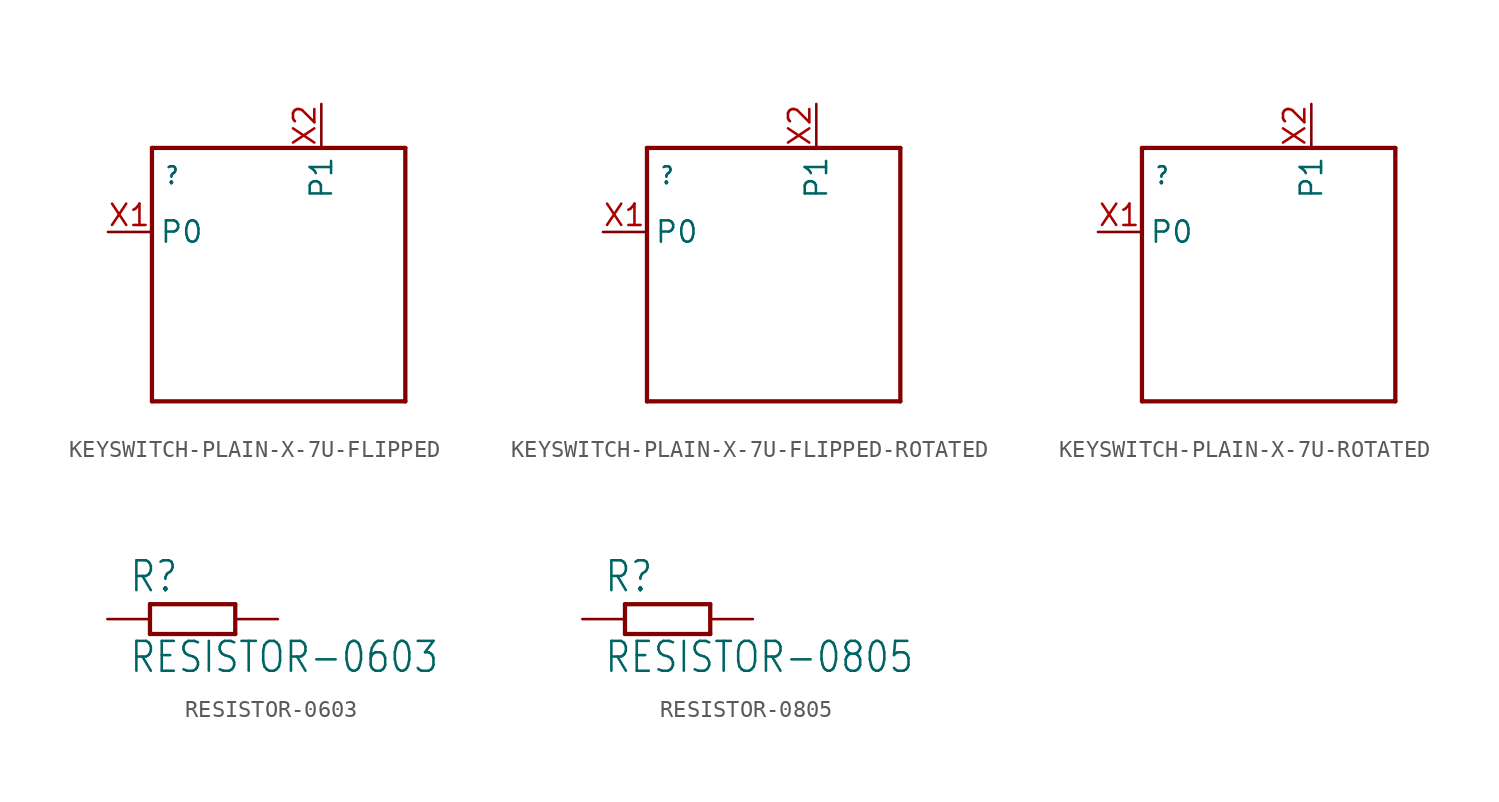
<source format=kicad_sym>
(kicad_symbol_lib
  (version 20211014)
  (generator kicad_symbol_editor)
  (symbol "KEYSWITCH-PLAIN-X-7U-FLIPPED"
    (property "Reference" ""
      (at -6.81 5.318 0)
      (effects (font (size 1 0.85)) (justify left bottom)))
    (property "ki_locked" ""
      (at 0 0 0)
      (effects (font (size 1.27 1.27))))
    (symbol "KEYSWITCH-PLAIN-X-7U-FLIPPED_1_0"
      (polyline (pts (xy -7.54 -7.54) (xy -7.54 7.54)) (stroke (width 0.254) (type default) (color 0 0 0 0)) (fill (type none)))
      (polyline (pts (xy -7.54 7.54) (xy 7.54 7.54)) (stroke (width 0.254) (type default) (color 0 0 0 0)) (fill (type none)))
      (polyline (pts (xy 7.54 -7.54) (xy -7.54 -7.54)) (stroke (width 0.254) (type default) (color 0 0 0 0)) (fill (type none)))
      (polyline (pts (xy 7.54 7.54) (xy 7.54 -7.54)) (stroke (width 0.254) (type default) (color 0 0 0 0)) (fill (type none)))
      (pin bidirectional line (at -10.16 2.54 0) (length 2.54) (name "P0" (effects (font (size 1.27 1.27)))) (number "X1" (effects (font (size 1.27 1.27)))))
      (pin bidirectional line (at 2.54 10.16 270) (length 2.54) (name "P1" (effects (font (size 1.27 1.27)))) (number "X2" (effects (font (size 1.27 1.27)))))))
  (symbol "KEYSWITCH-PLAIN-X-7U-FLIPPED-ROTATED"
    (property "Reference" ""
      (at -6.81 5.318 0)
      (effects (font (size 1 0.85)) (justify left bottom)))
    (property "ki_locked" ""
      (at 0 0 0)
      (effects (font (size 1.27 1.27))))
    (symbol "KEYSWITCH-PLAIN-X-7U-FLIPPED-ROTATED_1_0"
      (polyline (pts (xy -7.54 -7.54) (xy -7.54 7.54)) (stroke (width 0.254) (type default) (color 0 0 0 0)) (fill (type none)))
      (polyline (pts (xy -7.54 7.54) (xy 7.54 7.54)) (stroke (width 0.254) (type default) (color 0 0 0 0)) (fill (type none)))
      (polyline (pts (xy 7.54 -7.54) (xy -7.54 -7.54)) (stroke (width 0.254) (type default) (color 0 0 0 0)) (fill (type none)))
      (polyline (pts (xy 7.54 7.54) (xy 7.54 -7.54)) (stroke (width 0.254) (type default) (color 0 0 0 0)) (fill (type none)))
      (pin bidirectional line (at -10.16 2.54 0) (length 2.54) (name "P0" (effects (font (size 1.27 1.27)))) (number "X1" (effects (font (size 1.27 1.27)))))
      (pin bidirectional line (at 2.54 10.16 270) (length 2.54) (name "P1" (effects (font (size 1.27 1.27)))) (number "X2" (effects (font (size 1.27 1.27)))))))
  (symbol "KEYSWITCH-PLAIN-X-7U-ROTATED"
    (property "Reference" ""
      (at -6.81 5.318 0)
      (effects (font (size 1 0.85)) (justify left bottom)))
    (property "ki_locked" ""
      (at 0 0 0)
      (effects (font (size 1.27 1.27))))
    (symbol "KEYSWITCH-PLAIN-X-7U-ROTATED_1_0"
      (polyline (pts (xy -7.54 -7.54) (xy -7.54 7.54)) (stroke (width 0.254) (type default) (color 0 0 0 0)) (fill (type none)))
      (polyline (pts (xy -7.54 7.54) (xy 7.54 7.54)) (stroke (width 0.254) (type default) (color 0 0 0 0)) (fill (type none)))
      (polyline (pts (xy 7.54 -7.54) (xy -7.54 -7.54)) (stroke (width 0.254) (type default) (color 0 0 0 0)) (fill (type none)))
      (polyline (pts (xy 7.54 7.54) (xy 7.54 -7.54)) (stroke (width 0.254) (type default) (color 0 0 0 0)) (fill (type none)))
      (pin bidirectional line (at -10.16 2.54 0) (length 2.54) (name "P0" (effects (font (size 1.27 1.27)))) (number "X1" (effects (font (size 1.27 1.27)))))
      (pin bidirectional line (at 2.54 10.16 270) (length 2.54) (name "P1" (effects (font (size 1.27 1.27)))) (number "X2" (effects (font (size 1.27 1.27)))))))
  (symbol "RESISTOR-0603"
    (property "Reference" "R"
      (at -3.81 1.499 0)
      (effects (font (size 1.778 1.511)) (justify left bottom)))
    (property "Value" "RESISTOR-0603"
      (at -3.81 -3.302 0)
      (effects (font (size 1.778 1.511)) (justify left bottom)))
    (property "ki_locked" ""
      (at 0 0 0)
      (effects (font (size 1.27 1.27))))
    (symbol "RESISTOR-0603_1_0"
      (polyline (pts (xy -2.54 -0.889) (xy -2.54 0.889)) (stroke (width 0.254) (type default) (color 0 0 0 0)) (fill (type none)))
      (polyline (pts (xy -2.54 -0.889) (xy 2.54 -0.889)) (stroke (width 0.254) (type default) (color 0 0 0 0)) (fill (type none)))
      (polyline (pts (xy 2.54 -0.889) (xy 2.54 0.889)) (stroke (width 0.254) (type default) (color 0 0 0 0)) (fill (type none)))
      (polyline (pts (xy 2.54 0.889) (xy -2.54 0.889)) (stroke (width 0.254) (type default) (color 0 0 0 0)) (fill (type none)))
      (pin passive line (at -5.08 0 0) (length 2.54) (name "1" (effects (font (size 0 0)))) (number "1" (effects (font (size 0 0)))))
      (pin passive line (at 5.08 0 180) (length 2.54) (name "2" (effects (font (size 0 0)))) (number "2" (effects (font (size 0 0)))))))
  (symbol "RESISTOR-0805"
    (property "Reference" "R"
      (at -3.81 1.499 0)
      (effects (font (size 1.778 1.511)) (justify left bottom)))
    (property "Value" "RESISTOR-0805"
      (at -3.81 -3.302 0)
      (effects (font (size 1.778 1.511)) (justify left bottom)))
    (property "ki_locked" ""
      (at 0 0 0)
      (effects (font (size 1.27 1.27))))
    (symbol "RESISTOR-0805_1_0"
      (polyline (pts (xy -2.54 -0.889) (xy -2.54 0.889)) (stroke (width 0.254) (type default) (color 0 0 0 0)) (fill (type none)))
      (polyline (pts (xy -2.54 -0.889) (xy 2.54 -0.889)) (stroke (width 0.254) (type default) (color 0 0 0 0)) (fill (type none)))
      (polyline (pts (xy 2.54 -0.889) (xy 2.54 0.889)) (stroke (width 0.254) (type default) (color 0 0 0 0)) (fill (type none)))
      (polyline (pts (xy 2.54 0.889) (xy -2.54 0.889)) (stroke (width 0.254) (type default) (color 0 0 0 0)) (fill (type none)))
      (pin passive line (at -5.08 0 0) (length 2.54) (name "1" (effects (font (size 0 0)))) (number "1" (effects (font (size 0 0)))))
      (pin passive line (at 5.08 0 180) (length 2.54) (name "2" (effects (font (size 0 0)))) (number "2" (effects (font (size 0 0))))))))
</source>
